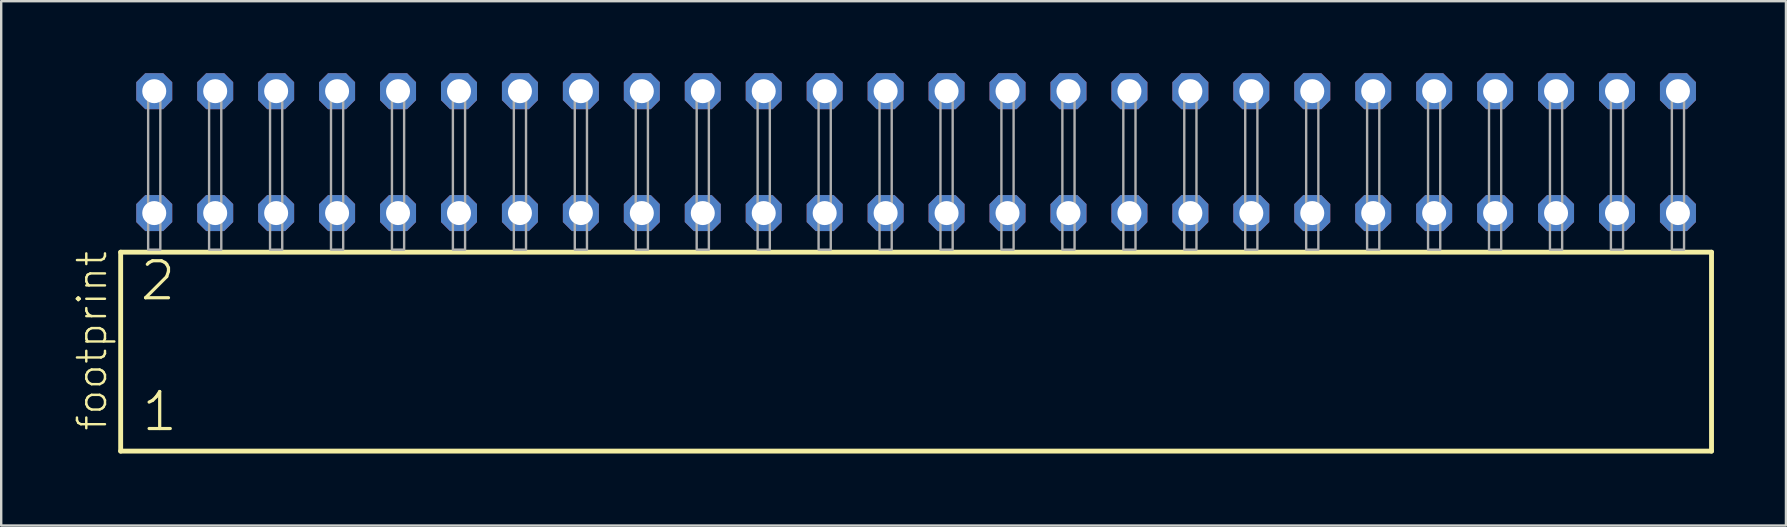
<source format=kicad_pcb>
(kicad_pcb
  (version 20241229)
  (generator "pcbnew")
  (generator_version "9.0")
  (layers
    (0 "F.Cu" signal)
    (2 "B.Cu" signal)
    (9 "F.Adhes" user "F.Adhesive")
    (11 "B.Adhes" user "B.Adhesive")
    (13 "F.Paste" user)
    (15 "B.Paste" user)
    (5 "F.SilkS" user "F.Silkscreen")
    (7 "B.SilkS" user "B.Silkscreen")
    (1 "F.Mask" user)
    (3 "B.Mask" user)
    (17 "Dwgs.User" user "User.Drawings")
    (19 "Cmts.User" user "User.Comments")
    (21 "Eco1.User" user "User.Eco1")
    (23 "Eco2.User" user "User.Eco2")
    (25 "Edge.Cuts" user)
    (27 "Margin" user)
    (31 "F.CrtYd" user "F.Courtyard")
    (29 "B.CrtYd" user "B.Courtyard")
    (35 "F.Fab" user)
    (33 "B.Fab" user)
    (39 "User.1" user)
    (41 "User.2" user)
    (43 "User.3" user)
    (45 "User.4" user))
  (footprint "footprint"
    (layer "F.Cu")
    (at 35.128 7.354)
    (property "Reference" "footprint" (at -33.655 7.62 90) (layer "F.SilkS") (effects (font (size 1.168 1.168) (thickness 0.102)) (justify left bottom)))
    (fp_line (start -33.149 0.106) (end -33.149 8.396) (stroke (width 0.203) (type solid)) (layer "F.SilkS"))
    (fp_line (start -33.149 8.396) (end 33.149 8.396) (stroke (width 0.203) (type solid)) (layer "F.SilkS"))
    (fp_line (start 33.149 0.106) (end -33.149 0.106) (stroke (width 0.203) (type solid)) (layer "F.SilkS"))
    (fp_line (start 33.149 8.396) (end 33.149 0.106) (stroke (width 0.203) (type solid)) (layer "F.SilkS"))
    (fp_poly (pts (xy -32.004 0) (xy -31.496 0) (xy -31.496 -6.858) (xy -32.004 -6.858)) (stroke (width 0.1) (type solid)) (fill no) (layer "F.Fab"))
    (fp_poly (pts (xy -29.464 0) (xy -28.956 0) (xy -28.956 -6.858) (xy -29.464 -6.858)) (stroke (width 0.1) (type solid)) (fill no) (layer "F.Fab"))
    (fp_poly (pts (xy -26.924 0) (xy -26.416 0) (xy -26.416 -6.858) (xy -26.924 -6.858)) (stroke (width 0.1) (type solid)) (fill no) (layer "F.Fab"))
    (fp_poly (pts (xy -24.384 0) (xy -23.876 0) (xy -23.876 -6.858) (xy -24.384 -6.858)) (stroke (width 0.1) (type solid)) (fill no) (layer "F.Fab"))
    (fp_poly (pts (xy -21.844 0) (xy -21.336 0) (xy -21.336 -6.858) (xy -21.844 -6.858)) (stroke (width 0.1) (type solid)) (fill no) (layer "F.Fab"))
    (fp_poly (pts (xy -19.304 0) (xy -18.796 0) (xy -18.796 -6.858) (xy -19.304 -6.858)) (stroke (width 0.1) (type solid)) (fill no) (layer "F.Fab"))
    (fp_poly (pts (xy -16.764 0) (xy -16.256 0) (xy -16.256 -6.858) (xy -16.764 -6.858)) (stroke (width 0.1) (type solid)) (fill no) (layer "F.Fab"))
    (fp_poly (pts (xy -14.224 0) (xy -13.716 0) (xy -13.716 -6.858) (xy -14.224 -6.858)) (stroke (width 0.1) (type solid)) (fill no) (layer "F.Fab"))
    (fp_poly (pts (xy -11.684 0) (xy -11.176 0) (xy -11.176 -6.858) (xy -11.684 -6.858)) (stroke (width 0.1) (type solid)) (fill no) (layer "F.Fab"))
    (fp_poly (pts (xy -9.144 0) (xy -8.636 0) (xy -8.636 -6.858) (xy -9.144 -6.858)) (stroke (width 0.1) (type solid)) (fill no) (layer "F.Fab"))
    (fp_poly (pts (xy -6.604 0) (xy -6.096 0) (xy -6.096 -6.858) (xy -6.604 -6.858)) (stroke (width 0.1) (type solid)) (fill no) (layer "F.Fab"))
    (fp_poly (pts (xy -4.064 0) (xy -3.556 0) (xy -3.556 -6.858) (xy -4.064 -6.858)) (stroke (width 0.1) (type solid)) (fill no) (layer "F.Fab"))
    (fp_poly (pts (xy -1.524 0) (xy -1.016 0) (xy -1.016 -6.858) (xy -1.524 -6.858)) (stroke (width 0.1) (type solid)) (fill no) (layer "F.Fab"))
    (fp_poly (pts (xy 1.016 0) (xy 1.524 0) (xy 1.524 -6.858) (xy 1.016 -6.858)) (stroke (width 0.1) (type solid)) (fill no) (layer "F.Fab"))
    (fp_poly (pts (xy 3.556 0) (xy 4.064 0) (xy 4.064 -6.858) (xy 3.556 -6.858)) (stroke (width 0.1) (type solid)) (fill no) (layer "F.Fab"))
    (fp_poly (pts (xy 6.096 0) (xy 6.604 0) (xy 6.604 -6.858) (xy 6.096 -6.858)) (stroke (width 0.1) (type solid)) (fill no) (layer "F.Fab"))
    (fp_poly (pts (xy 8.636 0) (xy 9.144 0) (xy 9.144 -6.858) (xy 8.636 -6.858)) (stroke (width 0.1) (type solid)) (fill no) (layer "F.Fab"))
    (fp_poly (pts (xy 11.176 0) (xy 11.684 0) (xy 11.684 -6.858) (xy 11.176 -6.858)) (stroke (width 0.1) (type solid)) (fill no) (layer "F.Fab"))
    (fp_poly (pts (xy 13.716 0) (xy 14.224 0) (xy 14.224 -6.858) (xy 13.716 -6.858)) (stroke (width 0.1) (type solid)) (fill no) (layer "F.Fab"))
    (fp_poly (pts (xy 16.256 0) (xy 16.764 0) (xy 16.764 -6.858) (xy 16.256 -6.858)) (stroke (width 0.1) (type solid)) (fill no) (layer "F.Fab"))
    (fp_poly (pts (xy 18.796 0) (xy 19.304 0) (xy 19.304 -6.858) (xy 18.796 -6.858)) (stroke (width 0.1) (type solid)) (fill no) (layer "F.Fab"))
    (fp_poly (pts (xy 21.336 0) (xy 21.844 0) (xy 21.844 -6.858) (xy 21.336 -6.858)) (stroke (width 0.1) (type solid)) (fill no) (layer "F.Fab"))
    (fp_poly (pts (xy 23.876 0) (xy 24.384 0) (xy 24.384 -6.858) (xy 23.876 -6.858)) (stroke (width 0.1) (type solid)) (fill no) (layer "F.Fab"))
    (fp_poly (pts (xy 26.416 0) (xy 26.924 0) (xy 26.924 -6.858) (xy 26.416 -6.858)) (stroke (width 0.1) (type solid)) (fill no) (layer "F.Fab"))
    (fp_poly (pts (xy 28.956 0) (xy 29.464 0) (xy 29.464 -6.858) (xy 28.956 -6.858)) (stroke (width 0.1) (type solid)) (fill no) (layer "F.Fab"))
    (fp_poly (pts (xy 31.496 0) (xy 32.004 0) (xy 32.004 -6.858) (xy 31.496 -6.858)) (stroke (width 0.1) (type solid)) (fill no) (layer "F.Fab"))
    (fp_text user "2" (at -32.42 2.2 0) (layer "F.SilkS") (effects (font (size 1.542 1.542) (thickness 0.134)) (justify left bottom)))
    (fp_text user "1" (at -32.345 7.65 0) (layer "F.SilkS") (effects (font (size 1.542 1.542) (thickness 0.134)) (justify left bottom)))
    (pad "1" thru_hole roundrect (at -31.75 -1.524) (size 1.5 1.5) (drill 1) (layers "*.Cu" "*.Mask") (roundrect_rratio 0.25) (chamfer_ratio 0.25) (chamfer top_left top_right bottom_left bottom_right))
    (pad "2" thru_hole roundrect (at -31.75 -6.604) (size 1.5 1.5) (drill 1) (layers "*.Cu" "*.Mask") (roundrect_rratio 0.25) (chamfer_ratio 0.25) (chamfer top_left top_right bottom_left bottom_right))
    (pad "3" thru_hole roundrect (at -29.21 -1.524) (size 1.5 1.5) (drill 1) (layers "*.Cu" "*.Mask") (roundrect_rratio 0.25) (chamfer_ratio 0.25) (chamfer top_left top_right bottom_left bottom_right))
    (pad "4" thru_hole roundrect (at -29.21 -6.604) (size 1.5 1.5) (drill 1) (layers "*.Cu" "*.Mask") (roundrect_rratio 0.25) (chamfer_ratio 0.25) (chamfer top_left top_right bottom_left bottom_right))
    (pad "5" thru_hole roundrect (at -26.67 -1.524) (size 1.5 1.5) (drill 1) (layers "*.Cu" "*.Mask") (roundrect_rratio 0.25) (chamfer_ratio 0.25) (chamfer top_left top_right bottom_left bottom_right))
    (pad "6" thru_hole roundrect (at -26.67 -6.604) (size 1.5 1.5) (drill 1) (layers "*.Cu" "*.Mask") (roundrect_rratio 0.25) (chamfer_ratio 0.25) (chamfer top_left top_right bottom_left bottom_right))
    (pad "7" thru_hole roundrect (at -24.13 -1.524) (size 1.5 1.5) (drill 1) (layers "*.Cu" "*.Mask") (roundrect_rratio 0.25) (chamfer_ratio 0.25) (chamfer top_left top_right bottom_left bottom_right))
    (pad "8" thru_hole roundrect (at -24.13 -6.604) (size 1.5 1.5) (drill 1) (layers "*.Cu" "*.Mask") (roundrect_rratio 0.25) (chamfer_ratio 0.25) (chamfer top_left top_right bottom_left bottom_right))
    (pad "9" thru_hole roundrect (at -21.59 -1.524) (size 1.5 1.5) (drill 1) (layers "*.Cu" "*.Mask") (roundrect_rratio 0.25) (chamfer_ratio 0.25) (chamfer top_left top_right bottom_left bottom_right))
    (pad "10" thru_hole roundrect (at -21.59 -6.604) (size 1.5 1.5) (drill 1) (layers "*.Cu" "*.Mask") (roundrect_rratio 0.25) (chamfer_ratio 0.25) (chamfer top_left top_right bottom_left bottom_right))
    (pad "11" thru_hole roundrect (at -19.05 -1.524) (size 1.5 1.5) (drill 1) (layers "*.Cu" "*.Mask") (roundrect_rratio 0.25) (chamfer_ratio 0.25) (chamfer top_left top_right bottom_left bottom_right))
    (pad "12" thru_hole roundrect (at -19.05 -6.604) (size 1.5 1.5) (drill 1) (layers "*.Cu" "*.Mask") (roundrect_rratio 0.25) (chamfer_ratio 0.25) (chamfer top_left top_right bottom_left bottom_right))
    (pad "13" thru_hole roundrect (at -16.51 -1.524) (size 1.5 1.5) (drill 1) (layers "*.Cu" "*.Mask") (roundrect_rratio 0.25) (chamfer_ratio 0.25) (chamfer top_left top_right bottom_left bottom_right))
    (pad "14" thru_hole roundrect (at -16.51 -6.604) (size 1.5 1.5) (drill 1) (layers "*.Cu" "*.Mask") (roundrect_rratio 0.25) (chamfer_ratio 0.25) (chamfer top_left top_right bottom_left bottom_right))
    (pad "15" thru_hole roundrect (at -13.97 -1.524) (size 1.5 1.5) (drill 1) (layers "*.Cu" "*.Mask") (roundrect_rratio 0.25) (chamfer_ratio 0.25) (chamfer top_left top_right bottom_left bottom_right))
    (pad "16" thru_hole roundrect (at -13.97 -6.604) (size 1.5 1.5) (drill 1) (layers "*.Cu" "*.Mask") (roundrect_rratio 0.25) (chamfer_ratio 0.25) (chamfer top_left top_right bottom_left bottom_right))
    (pad "17" thru_hole roundrect (at -11.43 -1.524) (size 1.5 1.5) (drill 1) (layers "*.Cu" "*.Mask") (roundrect_rratio 0.25) (chamfer_ratio 0.25) (chamfer top_left top_right bottom_left bottom_right))
    (pad "18" thru_hole roundrect (at -11.43 -6.604) (size 1.5 1.5) (drill 1) (layers "*.Cu" "*.Mask") (roundrect_rratio 0.25) (chamfer_ratio 0.25) (chamfer top_left top_right bottom_left bottom_right))
    (pad "19" thru_hole roundrect (at -8.89 -1.524) (size 1.5 1.5) (drill 1) (layers "*.Cu" "*.Mask") (roundrect_rratio 0.25) (chamfer_ratio 0.25) (chamfer top_left top_right bottom_left bottom_right))
    (pad "20" thru_hole roundrect (at -8.89 -6.604) (size 1.5 1.5) (drill 1) (layers "*.Cu" "*.Mask") (roundrect_rratio 0.25) (chamfer_ratio 0.25) (chamfer top_left top_right bottom_left bottom_right))
    (pad "21" thru_hole roundrect (at -6.35 -1.524) (size 1.5 1.5) (drill 1) (layers "*.Cu" "*.Mask") (roundrect_rratio 0.25) (chamfer_ratio 0.25) (chamfer top_left top_right bottom_left bottom_right))
    (pad "22" thru_hole roundrect (at -6.35 -6.604) (size 1.5 1.5) (drill 1) (layers "*.Cu" "*.Mask") (roundrect_rratio 0.25) (chamfer_ratio 0.25) (chamfer top_left top_right bottom_left bottom_right))
    (pad "23" thru_hole roundrect (at -3.81 -1.524) (size 1.5 1.5) (drill 1) (layers "*.Cu" "*.Mask") (roundrect_rratio 0.25) (chamfer_ratio 0.25) (chamfer top_left top_right bottom_left bottom_right))
    (pad "24" thru_hole roundrect (at -3.81 -6.604) (size 1.5 1.5) (drill 1) (layers "*.Cu" "*.Mask") (roundrect_rratio 0.25) (chamfer_ratio 0.25) (chamfer top_left top_right bottom_left bottom_right))
    (pad "25" thru_hole roundrect (at -1.27 -1.524) (size 1.5 1.5) (drill 1) (layers "*.Cu" "*.Mask") (roundrect_rratio 0.25) (chamfer_ratio 0.25) (chamfer top_left top_right bottom_left bottom_right))
    (pad "26" thru_hole roundrect (at -1.27 -6.604) (size 1.5 1.5) (drill 1) (layers "*.Cu" "*.Mask") (roundrect_rratio 0.25) (chamfer_ratio 0.25) (chamfer top_left top_right bottom_left bottom_right))
    (pad "27" thru_hole roundrect (at 1.27 -1.524) (size 1.5 1.5) (drill 1) (layers "*.Cu" "*.Mask") (roundrect_rratio 0.25) (chamfer_ratio 0.25) (chamfer top_left top_right bottom_left bottom_right))
    (pad "28" thru_hole roundrect (at 1.27 -6.604) (size 1.5 1.5) (drill 1) (layers "*.Cu" "*.Mask") (roundrect_rratio 0.25) (chamfer_ratio 0.25) (chamfer top_left top_right bottom_left bottom_right))
    (pad "29" thru_hole roundrect (at 3.81 -1.524) (size 1.5 1.5) (drill 1) (layers "*.Cu" "*.Mask") (roundrect_rratio 0.25) (chamfer_ratio 0.25) (chamfer top_left top_right bottom_left bottom_right))
    (pad "30" thru_hole roundrect (at 3.81 -6.604) (size 1.5 1.5) (drill 1) (layers "*.Cu" "*.Mask") (roundrect_rratio 0.25) (chamfer_ratio 0.25) (chamfer top_left top_right bottom_left bottom_right))
    (pad "31" thru_hole roundrect (at 6.35 -1.524) (size 1.5 1.5) (drill 1) (layers "*.Cu" "*.Mask") (roundrect_rratio 0.25) (chamfer_ratio 0.25) (chamfer top_left top_right bottom_left bottom_right))
    (pad "32" thru_hole roundrect (at 6.35 -6.604) (size 1.5 1.5) (drill 1) (layers "*.Cu" "*.Mask") (roundrect_rratio 0.25) (chamfer_ratio 0.25) (chamfer top_left top_right bottom_left bottom_right))
    (pad "33" thru_hole roundrect (at 8.89 -1.524) (size 1.5 1.5) (drill 1) (layers "*.Cu" "*.Mask") (roundrect_rratio 0.25) (chamfer_ratio 0.25) (chamfer top_left top_right bottom_left bottom_right))
    (pad "34" thru_hole roundrect (at 8.89 -6.604) (size 1.5 1.5) (drill 1) (layers "*.Cu" "*.Mask") (roundrect_rratio 0.25) (chamfer_ratio 0.25) (chamfer top_left top_right bottom_left bottom_right))
    (pad "35" thru_hole roundrect (at 11.43 -1.524) (size 1.5 1.5) (drill 1) (layers "*.Cu" "*.Mask") (roundrect_rratio 0.25) (chamfer_ratio 0.25) (chamfer top_left top_right bottom_left bottom_right))
    (pad "36" thru_hole roundrect (at 11.43 -6.604) (size 1.5 1.5) (drill 1) (layers "*.Cu" "*.Mask") (roundrect_rratio 0.25) (chamfer_ratio 0.25) (chamfer top_left top_right bottom_left bottom_right))
    (pad "37" thru_hole roundrect (at 13.97 -1.524) (size 1.5 1.5) (drill 1) (layers "*.Cu" "*.Mask") (roundrect_rratio 0.25) (chamfer_ratio 0.25) (chamfer top_left top_right bottom_left bottom_right))
    (pad "38" thru_hole roundrect (at 13.97 -6.604) (size 1.5 1.5) (drill 1) (layers "*.Cu" "*.Mask") (roundrect_rratio 0.25) (chamfer_ratio 0.25) (chamfer top_left top_right bottom_left bottom_right))
    (pad "39" thru_hole roundrect (at 16.51 -1.524) (size 1.5 1.5) (drill 1) (layers "*.Cu" "*.Mask") (roundrect_rratio 0.25) (chamfer_ratio 0.25) (chamfer top_left top_right bottom_left bottom_right))
    (pad "40" thru_hole roundrect (at 16.51 -6.604) (size 1.5 1.5) (drill 1) (layers "*.Cu" "*.Mask") (roundrect_rratio 0.25) (chamfer_ratio 0.25) (chamfer top_left top_right bottom_left bottom_right))
    (pad "41" thru_hole roundrect (at 19.05 -1.524) (size 1.5 1.5) (drill 1) (layers "*.Cu" "*.Mask") (roundrect_rratio 0.25) (chamfer_ratio 0.25) (chamfer top_left top_right bottom_left bottom_right))
    (pad "42" thru_hole roundrect (at 19.05 -6.604) (size 1.5 1.5) (drill 1) (layers "*.Cu" "*.Mask") (roundrect_rratio 0.25) (chamfer_ratio 0.25) (chamfer top_left top_right bottom_left bottom_right))
    (pad "43" thru_hole roundrect (at 21.59 -1.524) (size 1.5 1.5) (drill 1) (layers "*.Cu" "*.Mask") (roundrect_rratio 0.25) (chamfer_ratio 0.25) (chamfer top_left top_right bottom_left bottom_right))
    (pad "44" thru_hole roundrect (at 21.59 -6.604) (size 1.5 1.5) (drill 1) (layers "*.Cu" "*.Mask") (roundrect_rratio 0.25) (chamfer_ratio 0.25) (chamfer top_left top_right bottom_left bottom_right))
    (pad "45" thru_hole roundrect (at 24.13 -1.524) (size 1.5 1.5) (drill 1) (layers "*.Cu" "*.Mask") (roundrect_rratio 0.25) (chamfer_ratio 0.25) (chamfer top_left top_right bottom_left bottom_right))
    (pad "46" thru_hole roundrect (at 24.13 -6.604) (size 1.5 1.5) (drill 1) (layers "*.Cu" "*.Mask") (roundrect_rratio 0.25) (chamfer_ratio 0.25) (chamfer top_left top_right bottom_left bottom_right))
    (pad "47" thru_hole roundrect (at 26.67 -1.524) (size 1.5 1.5) (drill 1) (layers "*.Cu" "*.Mask") (roundrect_rratio 0.25) (chamfer_ratio 0.25) (chamfer top_left top_right bottom_left bottom_right))
    (pad "48" thru_hole roundrect (at 26.67 -6.604) (size 1.5 1.5) (drill 1) (layers "*.Cu" "*.Mask") (roundrect_rratio 0.25) (chamfer_ratio 0.25) (chamfer top_left top_right bottom_left bottom_right))
    (pad "49" thru_hole roundrect (at 29.21 -1.524) (size 1.5 1.5) (drill 1) (layers "*.Cu" "*.Mask") (roundrect_rratio 0.25) (chamfer_ratio 0.25) (chamfer top_left top_right bottom_left bottom_right))
    (pad "50" thru_hole roundrect (at 29.21 -6.604) (size 1.5 1.5) (drill 1) (layers "*.Cu" "*.Mask") (roundrect_rratio 0.25) (chamfer_ratio 0.25) (chamfer top_left top_right bottom_left bottom_right))
    (pad "51" thru_hole roundrect (at 31.75 -1.524) (size 1.5 1.5) (drill 1) (layers "*.Cu" "*.Mask") (roundrect_rratio 0.25) (chamfer_ratio 0.25) (chamfer top_left top_right bottom_left bottom_right))
    (pad "52" thru_hole roundrect (at 31.75 -6.604) (size 1.5 1.5) (drill 1) (layers "*.Cu" "*.Mask") (roundrect_rratio 0.25) (chamfer_ratio 0.25) (chamfer top_left top_right bottom_left bottom_right)))
  (gr_rect
    (start -3 -3)
    (end 71.379 18.852)
    (stroke (width 0.1) (type default))
    (fill no)
    (layer "Edge.Cuts")))
</source>
